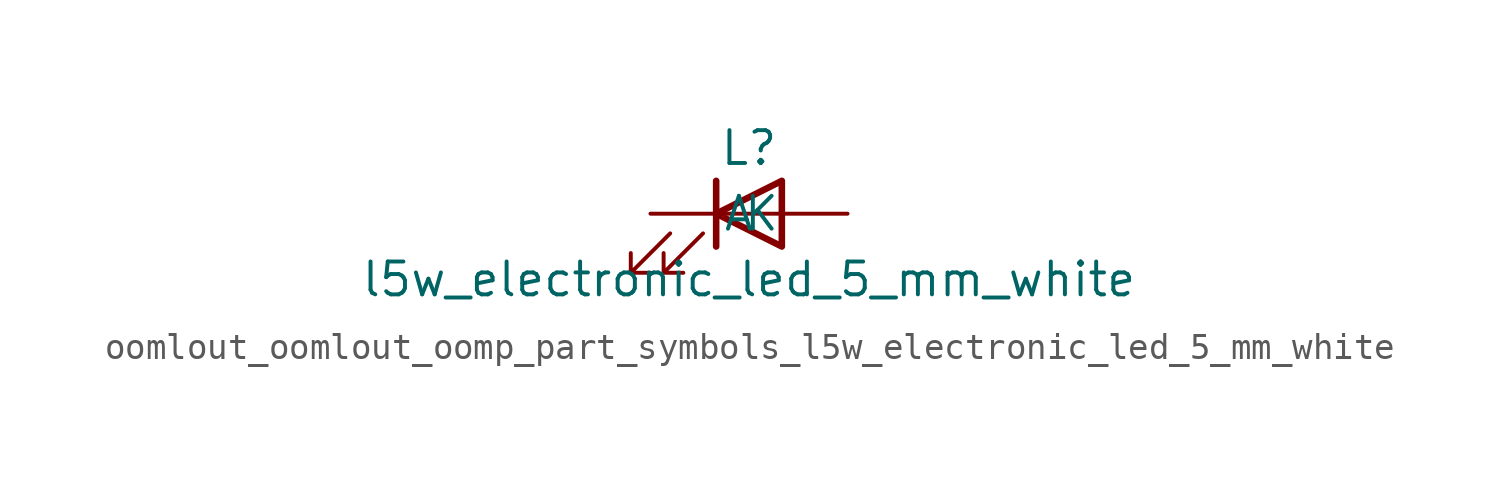
<source format=kicad_sym>
(kicad_symbol_lib
  (version 20220914)
  (generator kicad_symbol_editor)
  (symbol "oomlout_oomlout_oomp_part_symbols_l5w_electronic_led_5_mm_white"
    (pin_numbers hide)
    (pin_names
      (offset 1.016))
    (property "Reference" "L"
      (at 0 2.54 0)
      (effects (font (size 1.27 1.27))))
    (property "Value" "l5w_electronic_led_5_mm_white"
      (at 0 -2.54 0)
      (effects (font (size 1.27 1.27))))
    (symbol "oomlout_oomlout_oomp_part_symbols_l5w_electronic_led_5_mm_white_0_1"
      (polyline (pts (xy -1.27 -1.27) (xy -1.27 1.27)) (stroke (width 0.254) (type default)) (fill (type none)))
      (polyline (pts (xy -1.27 0) (xy 1.27 0)) (stroke (width 0) (type default)) (fill (type none)))
      (polyline (pts (xy 1.27 -1.27) (xy 1.27 1.27) (xy -1.27 0) (xy 1.27 -1.27)) (stroke (width 0.254) (type default)) (fill (type none)))
      (polyline (pts (xy -3.048 -0.762) (xy -4.572 -2.286) (xy -3.81 -2.286) (xy -4.572 -2.286) (xy -4.572 -1.524)) (stroke (width 0) (type default)) (fill (type none)))
      (polyline (pts (xy -1.778 -0.762) (xy -3.302 -2.286) (xy -2.54 -2.286) (xy -3.302 -2.286) (xy -3.302 -1.524)) (stroke (width 0) (type default)) (fill (type none))))
    (symbol "oomlout_oomlout_oomp_part_symbols_l5w_electronic_led_5_mm_white_1_1"
      (pin passive line (at -3.81 0 0) (length 2.54) (name "K" (effects (font (size 1.27 1.27)))) (number "1" (effects (font (size 1.27 1.27)))))
      (pin passive line (at 3.81 0 180) (length 2.54) (name "A" (effects (font (size 1.27 1.27)))) (number "2" (effects (font (size 1.27 1.27))))))))
</source>
